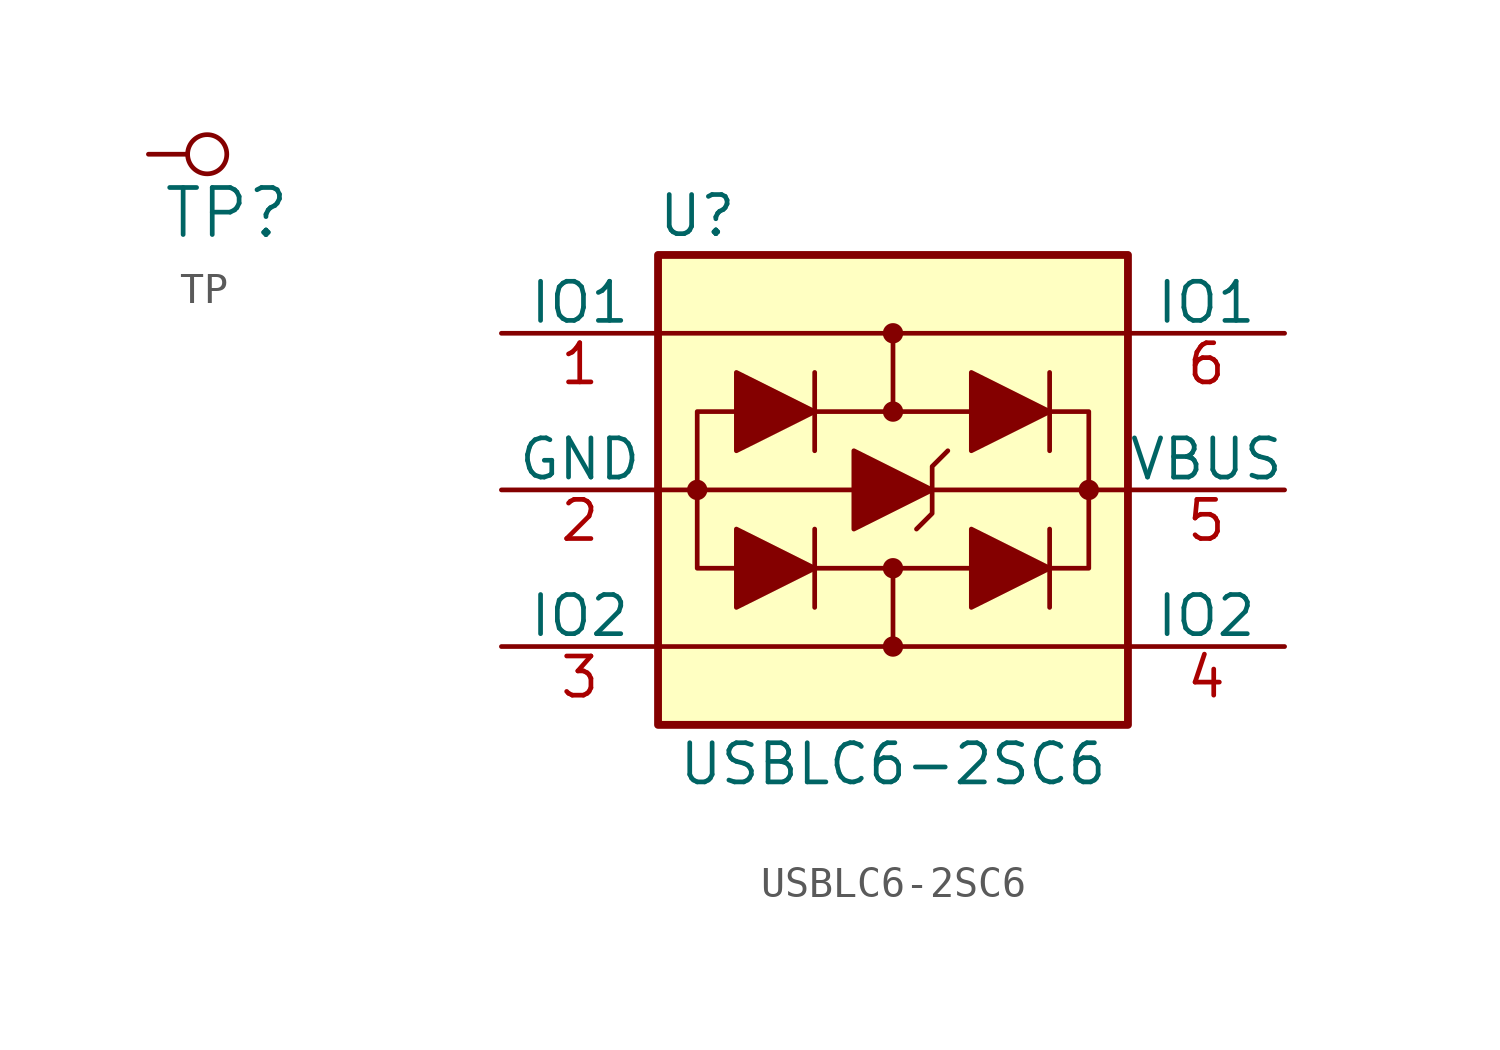
<source format=kicad_sym>
(kicad_symbol_lib
  (version 20211014)
  (generator kicad_symbol_editor)
  (symbol "TP"
    (pin_numbers hide)
    (pin_names
      (offset 0) hide)
    (property "Reference" "TP"
      (at 0 -1.905 0)
      (effects (font (size 1.524 1.524))))
    (symbol "TP_0_1"
      (circle (center -0.635 0) (radius 0.635) (stroke (width 0) (type default) (color 0 0 0 0)) (fill (type none))))
    (symbol "TP_1_1"
      (pin passive line (at -2.54 0 0) (length 1.27) (name "~" (effects (font (size 1.016 1.016)))) (number "1" (effects (font (size 1.016 1.016)))))))
  (symbol "USBLC6-2SC6"
    (pin_names
      (offset 0))
    (property "Reference" "U"
      (at -6.35 8.89 0)
      (effects (font (size 1.27 1.27))))
    (property "Value" "USBLC6-2SC6"
      (at 0 -8.89 0)
      (effects (font (size 1.27 1.27))))
    (symbol "USBLC6-2SC6_0_1"
      (rectangle (start -7.62 7.62) (end 7.62 -7.62) (stroke (width 0.254) (type default) (color 0 0 0 0)) (fill (type background)))
      (circle (center -6.35 0) (radius 0.254) (stroke (width 0) (type default) (color 0 0 0 0)) (fill (type outline)))
      (circle (center 0 -5.08) (radius 0.254) (stroke (width 0) (type default) (color 0 0 0 0)) (fill (type outline)))
      (circle (center 0 -2.54) (radius 0.254) (stroke (width 0) (type default) (color 0 0 0 0)) (fill (type outline)))
      (polyline (pts (xy -7.62 0) (xy -6.35 0)) (stroke (width 0) (type default) (color 0 0 0 0)) (fill (type none)))
      (polyline (pts (xy -6.35 0) (xy -1.27 0)) (stroke (width 0) (type default) (color 0 0 0 0)) (fill (type none)))
      (polyline (pts (xy -2.54 -2.54) (xy 2.54 -2.54)) (stroke (width 0) (type default) (color 0 0 0 0)) (fill (type none)))
      (polyline (pts (xy -2.54 -1.27) (xy -2.54 -3.81)) (stroke (width 0) (type default) (color 0 0 0 0)) (fill (type none)))
      (polyline (pts (xy -2.54 1.27) (xy -2.54 3.81)) (stroke (width 0) (type default) (color 0 0 0 0)) (fill (type none)))
      (polyline (pts (xy -2.54 2.54) (xy 2.54 2.54)) (stroke (width 0) (type default) (color 0 0 0 0)) (fill (type none)))
      (polyline (pts (xy 0 -5.08) (xy -7.62 -5.08)) (stroke (width 0) (type default) (color 0 0 0 0)) (fill (type none)))
      (polyline (pts (xy 0 5.08) (xy -7.62 5.08)) (stroke (width 0) (type default) (color 0 0 0 0)) (fill (type none)))
      (polyline (pts (xy 1.27 0) (xy 6.35 0)) (stroke (width 0) (type default) (color 0 0 0 0)) (fill (type none)))
      (polyline (pts (xy 5.08 -1.27) (xy 5.08 -3.81)) (stroke (width 0) (type default) (color 0 0 0 0)) (fill (type none)))
      (polyline (pts (xy 5.08 1.27) (xy 5.08 3.81)) (stroke (width 0) (type default) (color 0 0 0 0)) (fill (type none)))
      (polyline (pts (xy 6.35 0) (xy 7.62 0)) (stroke (width 0) (type default) (color 0 0 0 0)) (fill (type none)))
      (polyline (pts (xy -6.35 0) (xy -6.35 2.54) (xy -5.08 2.54)) (stroke (width 0) (type default) (color 0 0 0 0)) (fill (type none)))
      (polyline (pts (xy -5.08 -2.54) (xy -6.35 -2.54) (xy -6.35 0)) (stroke (width 0) (type default) (color 0 0 0 0)) (fill (type none)))
      (polyline (pts (xy 0 -2.54) (xy 0 -5.08) (xy 7.62 -5.08)) (stroke (width 0) (type default) (color 0 0 0 0)) (fill (type none)))
      (polyline (pts (xy 0 2.54) (xy 0 5.08) (xy 7.62 5.08)) (stroke (width 0) (type default) (color 0 0 0 0)) (fill (type none)))
      (polyline (pts (xy -5.08 -3.81) (xy -5.08 -1.27) (xy -2.54 -2.54) (xy -5.08 -3.81)) (stroke (width 0) (type default) (color 0 0 0 0)) (fill (type outline)))
      (polyline (pts (xy -5.08 3.81) (xy -5.08 1.27) (xy -2.54 2.54) (xy -5.08 3.81)) (stroke (width 0) (type default) (color 0 0 0 0)) (fill (type outline)))
      (polyline (pts (xy -1.27 1.27) (xy -1.27 -1.27) (xy 1.27 0) (xy -1.27 1.27)) (stroke (width 0) (type default) (color 0 0 0 0)) (fill (type outline)))
      (polyline (pts (xy 0.762 -1.27) (xy 1.27 -0.762) (xy 1.27 0.762) (xy 1.778 1.27)) (stroke (width 0) (type default) (color 0 0 0 0)) (fill (type none)))
      (polyline (pts (xy 2.54 -3.81) (xy 2.54 -1.27) (xy 5.08 -2.54) (xy 2.54 -3.81)) (stroke (width 0) (type default) (color 0 0 0 0)) (fill (type outline)))
      (polyline (pts (xy 2.54 3.81) (xy 2.54 1.27) (xy 5.08 2.54) (xy 2.54 3.81)) (stroke (width 0) (type default) (color 0 0 0 0)) (fill (type outline)))
      (polyline (pts (xy 5.08 2.54) (xy 6.35 2.54) (xy 6.35 -2.54) (xy 5.08 -2.54)) (stroke (width 0) (type default) (color 0 0 0 0)) (fill (type none)))
      (circle (center 0 2.54) (radius 0.254) (stroke (width 0) (type default) (color 0 0 0 0)) (fill (type outline)))
      (circle (center 0 5.08) (radius 0.254) (stroke (width 0) (type default) (color 0 0 0 0)) (fill (type outline)))
      (circle (center 6.35 0) (radius 0.254) (stroke (width 0) (type default) (color 0 0 0 0)) (fill (type outline))))
    (symbol "USBLC6-2SC6_1_1"
      (pin passive line (at -12.7 5.08 0) (length 5.08) (name "IO1" (effects (font (size 1.27 1.27)))) (number "1" (effects (font (size 1.27 1.27)))))
      (pin power_in line (at -12.7 0 0) (length 5.08) (name "GND" (effects (font (size 1.27 1.27)))) (number "2" (effects (font (size 1.27 1.27)))))
      (pin passive line (at -12.7 -5.08 0) (length 5.08) (name "IO2" (effects (font (size 1.27 1.27)))) (number "3" (effects (font (size 1.27 1.27)))))
      (pin passive line (at 12.7 -5.08 180) (length 5.08) (name "IO2" (effects (font (size 1.27 1.27)))) (number "4" (effects (font (size 1.27 1.27)))))
      (pin passive line (at 12.7 0 180) (length 5.08) (name "VBUS" (effects (font (size 1.27 1.27)))) (number "5" (effects (font (size 1.27 1.27)))))
      (pin passive line (at 12.7 5.08 180) (length 5.08) (name "IO1" (effects (font (size 1.27 1.27)))) (number "6" (effects (font (size 1.27 1.27))))))))
</source>
